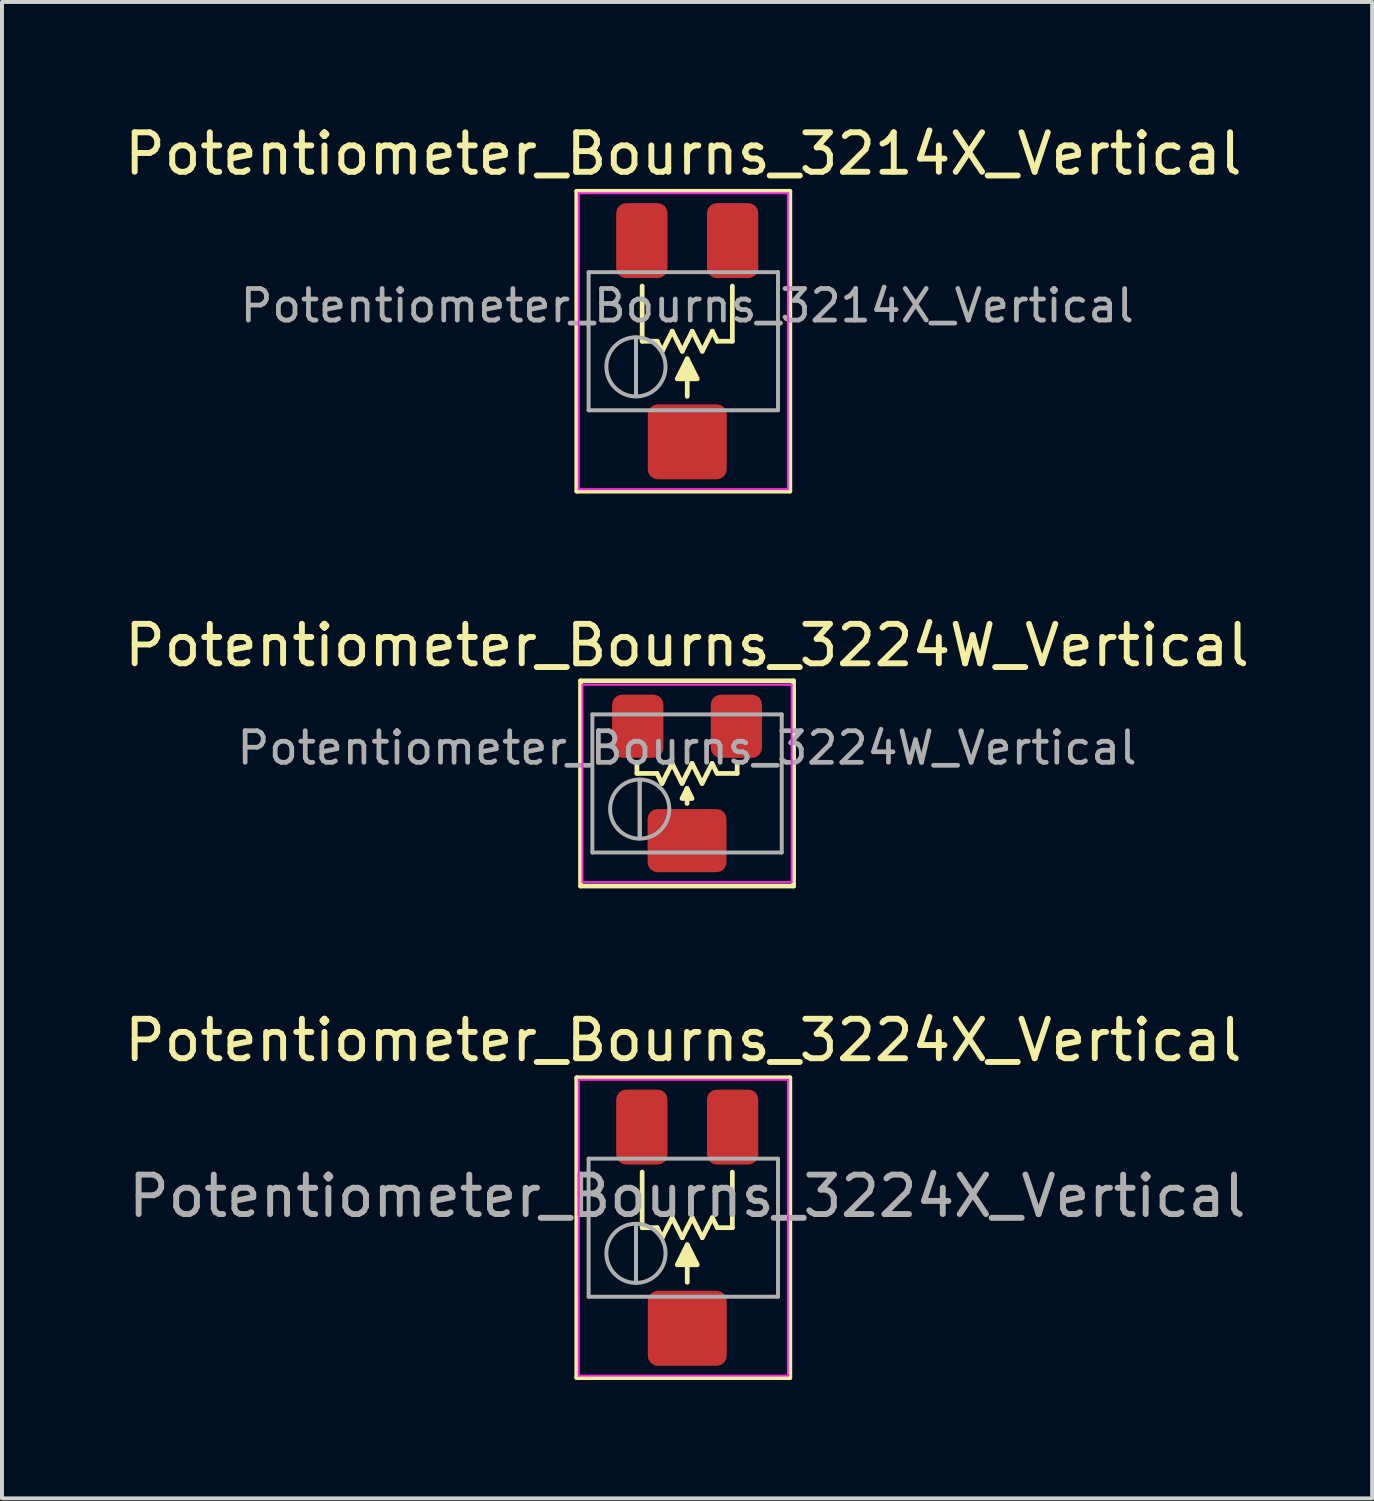
<source format=kicad_pcb>
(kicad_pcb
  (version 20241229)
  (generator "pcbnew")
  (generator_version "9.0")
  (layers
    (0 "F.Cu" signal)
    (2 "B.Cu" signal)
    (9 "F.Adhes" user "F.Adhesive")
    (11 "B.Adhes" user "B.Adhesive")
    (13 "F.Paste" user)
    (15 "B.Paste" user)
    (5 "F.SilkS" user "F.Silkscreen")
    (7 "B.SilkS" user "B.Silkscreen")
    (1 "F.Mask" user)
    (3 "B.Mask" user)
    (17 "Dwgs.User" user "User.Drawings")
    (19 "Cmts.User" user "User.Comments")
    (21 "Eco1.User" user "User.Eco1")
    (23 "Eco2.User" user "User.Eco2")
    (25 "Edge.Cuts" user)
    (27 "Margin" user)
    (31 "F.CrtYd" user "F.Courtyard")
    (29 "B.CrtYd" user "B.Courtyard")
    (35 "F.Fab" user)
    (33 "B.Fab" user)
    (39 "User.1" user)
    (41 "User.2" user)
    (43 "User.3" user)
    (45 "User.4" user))
  (footprint "Potentiometer_Bourns_3224W_Vertical"
    (layer "F.Cu")
    (at 14.363 16.806)
    (property "Reference" "Potentiometer_Bourns_3224W_Vertical" (at 0 -3.5 0) (layer "F.SilkS") (effects (font (size 1 1) (thickness 0.15))))
    (attr smd)
    (fp_line (start -2.7 -2.6) (end -2.7 2.6) (stroke (width 0.12) (type solid)) (layer "F.SilkS"))
    (fp_line (start -2.7 2.6) (end 2.7 2.6) (stroke (width 0.12) (type solid)) (layer "F.SilkS"))
    (fp_line (start -1.27 -0.508) (end -1.27 -0.254) (stroke (width 0.12) (type solid)) (layer "F.SilkS"))
    (fp_line (start -1.27 -0.254) (end -0.762 -0.254) (stroke (width 0.12) (type solid)) (layer "F.SilkS"))
    (fp_line (start -0.762 -0.254) (end -0.635 0) (stroke (width 0.12) (type solid)) (layer "F.SilkS"))
    (fp_line (start -0.635 0) (end -0.508 -0.254) (stroke (width 0.12) (type solid)) (layer "F.SilkS"))
    (fp_line (start -0.381 -0.508) (end -0.508 -0.254) (stroke (width 0.12) (type solid)) (layer "F.SilkS"))
    (fp_line (start -0.254 -0.254) (end -0.381 -0.508) (stroke (width 0.12) (type solid)) (layer "F.SilkS"))
    (fp_line (start -0.254 -0.254) (end -0.127 0) (stroke (width 0.12) (type solid)) (layer "F.SilkS"))
    (fp_line (start -0.127 0) (end 0 -0.254) (stroke (width 0.12) (type solid)) (layer "F.SilkS"))
    (fp_line (start 0 0.508) (end 0 0.127) (stroke (width 0.12) (type solid)) (layer "F.SilkS"))
    (fp_line (start 0.127 -0.508) (end 0 -0.254) (stroke (width 0.12) (type solid)) (layer "F.SilkS"))
    (fp_line (start 0.254 -0.254) (end 0.127 -0.508) (stroke (width 0.12) (type solid)) (layer "F.SilkS"))
    (fp_line (start 0.254 -0.254) (end 0.381 0) (stroke (width 0.12) (type solid)) (layer "F.SilkS"))
    (fp_line (start 0.381 0) (end 0.508 -0.254) (stroke (width 0.12) (type solid)) (layer "F.SilkS"))
    (fp_line (start 0.635 -0.508) (end 0.508 -0.254) (stroke (width 0.12) (type solid)) (layer "F.SilkS"))
    (fp_line (start 0.762 -0.254) (end 0.635 -0.508) (stroke (width 0.12) (type solid)) (layer "F.SilkS"))
    (fp_line (start 1.27 -0.508) (end 1.27 -0.254) (stroke (width 0.12) (type solid)) (layer "F.SilkS"))
    (fp_line (start 1.27 -0.254) (end 0.762 -0.254) (stroke (width 0.12) (type solid)) (layer "F.SilkS"))
    (fp_line (start 2.7 -2.6) (end -2.7 -2.6) (stroke (width 0.12) (type solid)) (layer "F.SilkS"))
    (fp_line (start 2.7 2.6) (end 2.7 -2.6) (stroke (width 0.12) (type solid)) (layer "F.SilkS"))
    (fp_poly (pts (xy 0 0.127) (xy 0.127 0.381) (xy -0.127 0.381)) (stroke (width 0.12) (type solid)) (fill yes) (layer "F.SilkS"))
    (fp_line (start -2.65 -2.5) (end -2.65 2.5) (stroke (width 0.05) (type solid)) (layer "F.CrtYd"))
    (fp_line (start -2.65 2.5) (end 2.65 2.5) (stroke (width 0.05) (type solid)) (layer "F.CrtYd"))
    (fp_line (start 2.65 -2.5) (end -2.65 -2.5) (stroke (width 0.05) (type solid)) (layer "F.CrtYd"))
    (fp_line (start 2.65 2.5) (end 2.65 -2.5) (stroke (width 0.05) (type solid)) (layer "F.CrtYd"))
    (fp_line (start -2.4 -1.75) (end -2.4 1.75) (stroke (width 0.1) (type solid)) (layer "F.Fab"))
    (fp_line (start -2.4 1.75) (end 2.4 1.75) (stroke (width 0.1) (type solid)) (layer "F.Fab"))
    (fp_line (start -1.2 1.393) (end -1.199 -0.092) (stroke (width 0.1) (type solid)) (layer "F.Fab"))
    (fp_line (start -1.2 1.393) (end -1.199 -0.092) (stroke (width 0.1) (type solid)) (layer "F.Fab"))
    (fp_line (start 2.4 -1.75) (end -2.4 -1.75) (stroke (width 0.1) (type solid)) (layer "F.Fab"))
    (fp_line (start 2.4 1.75) (end 2.4 -1.75) (stroke (width 0.1) (type solid)) (layer "F.Fab"))
    (fp_circle (center -1.2 0.65) (end -0.45 0.65) (stroke (width 0.1) (type solid)) (fill no) (layer "F.Fab"))
    (fp_text user "${REFERENCE}" (at 0 -0.9 0) (layer "F.Fab") (effects (font (size 0.8 0.8) (thickness 0.12))))
    (pad "1" smd roundrect (at 1.25 -1.45) (size 1.3 1.6) (layers "F.Cu" "F.Mask" "F.Paste") (roundrect_rratio 0.192))
    (pad "2" smd roundrect (at 0 1.45) (size 2 1.6) (layers "F.Cu" "F.Mask" "F.Paste") (roundrect_rratio 0.156))
    (pad "3" smd roundrect (at -1.25 -1.45) (size 1.3 1.6) (layers "F.Cu" "F.Mask" "F.Paste") (roundrect_rratio 0.192)))
  (footprint "Potentiometer_Bourns_3214X_Vertical"
    (layer "F.Cu")
    (at 14.368 5.598)
    (property "Reference" "Potentiometer_Bourns_3214X_Vertical" (at -0.1 -4.75 0) (layer "F.SilkS") (effects (font (size 1 1) (thickness 0.15))))
    (attr smd)
    (fp_line (start -2.8 -3.8) (end 2.6 -3.8) (stroke (width 0.12) (type solid)) (layer "F.SilkS"))
    (fp_line (start -2.8 3.8) (end -2.8 -3.8) (stroke (width 0.12) (type solid)) (layer "F.SilkS"))
    (fp_line (start -1.143 -1.397) (end -1.143 0) (stroke (width 0.12) (type solid)) (layer "F.SilkS"))
    (fp_line (start -1.143 0) (end -0.762 0) (stroke (width 0.12) (type solid)) (layer "F.SilkS"))
    (fp_line (start -0.762 0) (end -0.635 0.254) (stroke (width 0.12) (type solid)) (layer "F.SilkS"))
    (fp_line (start -0.635 0.254) (end -0.508 0) (stroke (width 0.12) (type solid)) (layer "F.SilkS"))
    (fp_line (start -0.381 -0.254) (end -0.508 0) (stroke (width 0.12) (type solid)) (layer "F.SilkS"))
    (fp_line (start -0.254 0) (end -0.381 -0.254) (stroke (width 0.12) (type solid)) (layer "F.SilkS"))
    (fp_line (start -0.254 0) (end -0.127 0.254) (stroke (width 0.12) (type solid)) (layer "F.SilkS"))
    (fp_line (start -0.127 0.254) (end 0 0) (stroke (width 0.12) (type solid)) (layer "F.SilkS"))
    (fp_line (start 0 1.397) (end 0 0.445) (stroke (width 0.12) (type solid)) (layer "F.SilkS"))
    (fp_line (start 0.127 -0.254) (end 0 0) (stroke (width 0.12) (type solid)) (layer "F.SilkS"))
    (fp_line (start 0.254 0) (end 0.127 -0.254) (stroke (width 0.12) (type solid)) (layer "F.SilkS"))
    (fp_line (start 0.254 0) (end 0.381 0.254) (stroke (width 0.12) (type solid)) (layer "F.SilkS"))
    (fp_line (start 0.381 0.254) (end 0.508 0) (stroke (width 0.12) (type solid)) (layer "F.SilkS"))
    (fp_line (start 0.635 -0.254) (end 0.508 0) (stroke (width 0.12) (type solid)) (layer "F.SilkS"))
    (fp_line (start 0.762 0) (end 0.635 -0.254) (stroke (width 0.12) (type solid)) (layer "F.SilkS"))
    (fp_line (start 1.143 -1.397) (end 1.143 0) (stroke (width 0.12) (type solid)) (layer "F.SilkS"))
    (fp_line (start 1.143 0) (end 0.762 0) (stroke (width 0.12) (type solid)) (layer "F.SilkS"))
    (fp_line (start 2.6 -3.8) (end 2.6 3.8) (stroke (width 0.12) (type solid)) (layer "F.SilkS"))
    (fp_line (start 2.6 3.8) (end -2.8 3.8) (stroke (width 0.12) (type solid)) (layer "F.SilkS"))
    (fp_poly (pts (xy 0 0.445) (xy 0.254 0.953) (xy -0.254 0.953)) (stroke (width 0.12) (type solid)) (fill yes) (layer "F.SilkS"))
    (fp_line (start -2.75 -3.75) (end -2.75 3.75) (stroke (width 0.05) (type solid)) (layer "F.CrtYd"))
    (fp_line (start -2.75 3.75) (end 2.55 3.75) (stroke (width 0.05) (type solid)) (layer "F.CrtYd"))
    (fp_line (start 2.55 -3.75) (end -2.75 -3.75) (stroke (width 0.05) (type solid)) (layer "F.CrtYd"))
    (fp_line (start 2.55 3.75) (end 2.55 -3.75) (stroke (width 0.05) (type solid)) (layer "F.CrtYd"))
    (fp_line (start -2.5 -1.75) (end -2.5 1.75) (stroke (width 0.1) (type solid)) (layer "F.Fab"))
    (fp_line (start -2.5 1.75) (end 2.3 1.75) (stroke (width 0.1) (type solid)) (layer "F.Fab"))
    (fp_line (start -1.3 1.393) (end -1.299 -0.092) (stroke (width 0.1) (type solid)) (layer "F.Fab"))
    (fp_line (start -1.3 1.393) (end -1.299 -0.092) (stroke (width 0.1) (type solid)) (layer "F.Fab"))
    (fp_line (start 2.3 -1.75) (end -2.5 -1.75) (stroke (width 0.1) (type solid)) (layer "F.Fab"))
    (fp_line (start 2.3 1.75) (end 2.3 -1.75) (stroke (width 0.1) (type solid)) (layer "F.Fab"))
    (fp_circle (center -1.3 0.65) (end -0.55 0.65) (stroke (width 0.1) (type solid)) (fill no) (layer "F.Fab"))
    (fp_text user "${REFERENCE}" (at 0 -0.9 0) (layer "F.Fab") (effects (font (size 0.8 0.8) (thickness 0.12))))
    (pad "1" smd roundrect (at 1.15 -2.55) (size 1.3 1.9) (layers "F.Cu" "F.Mask" "F.Paste") (roundrect_rratio 0.192))
    (pad "2" smd roundrect (at 0 2.55) (size 2 1.9) (layers "F.Cu" "F.Mask" "F.Paste") (roundrect_rratio 0.132))
    (pad "3" smd roundrect (at -1.15 -2.55) (size 1.3 1.9) (layers "F.Cu" "F.Mask" "F.Paste") (roundrect_rratio 0.192)))
  (footprint "Potentiometer_Bourns_3224X_Vertical"
    (layer "F.Cu")
    (at 14.368 28.065)
    (property "Reference" "Potentiometer_Bourns_3224X_Vertical" (at -0.1 -4.75 0) (layer "F.SilkS") (effects (font (size 1 1) (thickness 0.15))))
    (attr smd)
    (fp_line (start -2.8 -3.8) (end -2.8 3.8) (stroke (width 0.12) (type solid)) (layer "F.SilkS"))
    (fp_line (start -2.8 3.8) (end 2.6 3.8) (stroke (width 0.12) (type solid)) (layer "F.SilkS"))
    (fp_line (start -1.143 -1.41) (end -1.143 0) (stroke (width 0.12) (type solid)) (layer "F.SilkS"))
    (fp_line (start -1.143 0) (end -0.762 0) (stroke (width 0.12) (type solid)) (layer "F.SilkS"))
    (fp_line (start -0.762 0) (end -0.635 0.254) (stroke (width 0.12) (type solid)) (layer "F.SilkS"))
    (fp_line (start -0.635 0.254) (end -0.508 0) (stroke (width 0.12) (type solid)) (layer "F.SilkS"))
    (fp_line (start -0.381 -0.254) (end -0.508 0) (stroke (width 0.12) (type solid)) (layer "F.SilkS"))
    (fp_line (start -0.254 0) (end -0.381 -0.254) (stroke (width 0.12) (type solid)) (layer "F.SilkS"))
    (fp_line (start -0.254 0) (end -0.127 0.254) (stroke (width 0.12) (type solid)) (layer "F.SilkS"))
    (fp_line (start -0.127 0.254) (end 0 0) (stroke (width 0.12) (type solid)) (layer "F.SilkS"))
    (fp_line (start 0 1.384) (end 0 0.432) (stroke (width 0.12) (type solid)) (layer "F.SilkS"))
    (fp_line (start 0.127 -0.254) (end 0 0) (stroke (width 0.12) (type solid)) (layer "F.SilkS"))
    (fp_line (start 0.254 0) (end 0.127 -0.254) (stroke (width 0.12) (type solid)) (layer "F.SilkS"))
    (fp_line (start 0.254 0) (end 0.381 0.254) (stroke (width 0.12) (type solid)) (layer "F.SilkS"))
    (fp_line (start 0.381 0.254) (end 0.508 0) (stroke (width 0.12) (type solid)) (layer "F.SilkS"))
    (fp_line (start 0.635 -0.254) (end 0.508 0) (stroke (width 0.12) (type solid)) (layer "F.SilkS"))
    (fp_line (start 0.762 0) (end 0.635 -0.254) (stroke (width 0.12) (type solid)) (layer "F.SilkS"))
    (fp_line (start 1.143 -1.41) (end 1.143 0) (stroke (width 0.12) (type solid)) (layer "F.SilkS"))
    (fp_line (start 1.143 0) (end 0.762 0) (stroke (width 0.12) (type solid)) (layer "F.SilkS"))
    (fp_line (start 2.6 -3.8) (end -2.8 -3.8) (stroke (width 0.12) (type solid)) (layer "F.SilkS"))
    (fp_line (start 2.6 3.8) (end 2.6 -3.8) (stroke (width 0.12) (type solid)) (layer "F.SilkS"))
    (fp_poly (pts (xy 0 0.432) (xy 0.254 0.94) (xy -0.254 0.94)) (stroke (width 0.12) (type solid)) (fill yes) (layer "F.SilkS"))
    (fp_line (start -2.75 -3.75) (end -2.75 3.75) (stroke (width 0.05) (type solid)) (layer "F.CrtYd"))
    (fp_line (start -2.75 3.75) (end 2.55 3.75) (stroke (width 0.05) (type solid)) (layer "F.CrtYd"))
    (fp_line (start 2.55 -3.75) (end -2.75 -3.75) (stroke (width 0.05) (type solid)) (layer "F.CrtYd"))
    (fp_line (start 2.55 3.75) (end 2.55 -3.75) (stroke (width 0.05) (type solid)) (layer "F.CrtYd"))
    (fp_line (start -2.5 -1.75) (end -2.5 1.75) (stroke (width 0.1) (type solid)) (layer "F.Fab"))
    (fp_line (start -2.5 1.75) (end 2.3 1.75) (stroke (width 0.1) (type solid)) (layer "F.Fab"))
    (fp_line (start -1.3 1.393) (end -1.299 -0.092) (stroke (width 0.1) (type solid)) (layer "F.Fab"))
    (fp_line (start -1.3 1.393) (end -1.299 -0.092) (stroke (width 0.1) (type solid)) (layer "F.Fab"))
    (fp_line (start 2.3 -1.75) (end -2.5 -1.75) (stroke (width 0.1) (type solid)) (layer "F.Fab"))
    (fp_line (start 2.3 1.75) (end 2.3 -1.75) (stroke (width 0.1) (type solid)) (layer "F.Fab"))
    (fp_circle (center -1.3 0.65) (end -0.55 0.65) (stroke (width 0.1) (type solid)) (fill no) (layer "F.Fab"))
    (fp_text user "${REFERENCE}" (at 0 -0.8 0) (layer "F.Fab") (effects (font (size 1 1) (thickness 0.15))))
    (pad "1" smd roundrect (at 1.15 -2.55) (size 1.3 1.9) (layers "F.Cu" "F.Mask" "F.Paste") (roundrect_rratio 0.192))
    (pad "2" smd roundrect (at 0 2.55) (size 2 1.9) (layers "F.Cu" "F.Mask" "F.Paste") (roundrect_rratio 0.132))
    (pad "3" smd roundrect (at -1.15 -2.55) (size 1.3 1.9) (layers "F.Cu" "F.Mask" "F.Paste") (roundrect_rratio 0.192)))
  (gr_rect
    (start -3 -3)
    (end 31.726 34.925)
    (stroke (width 0.1) (type default))
    (fill no)
    (layer "Edge.Cuts")))
</source>
